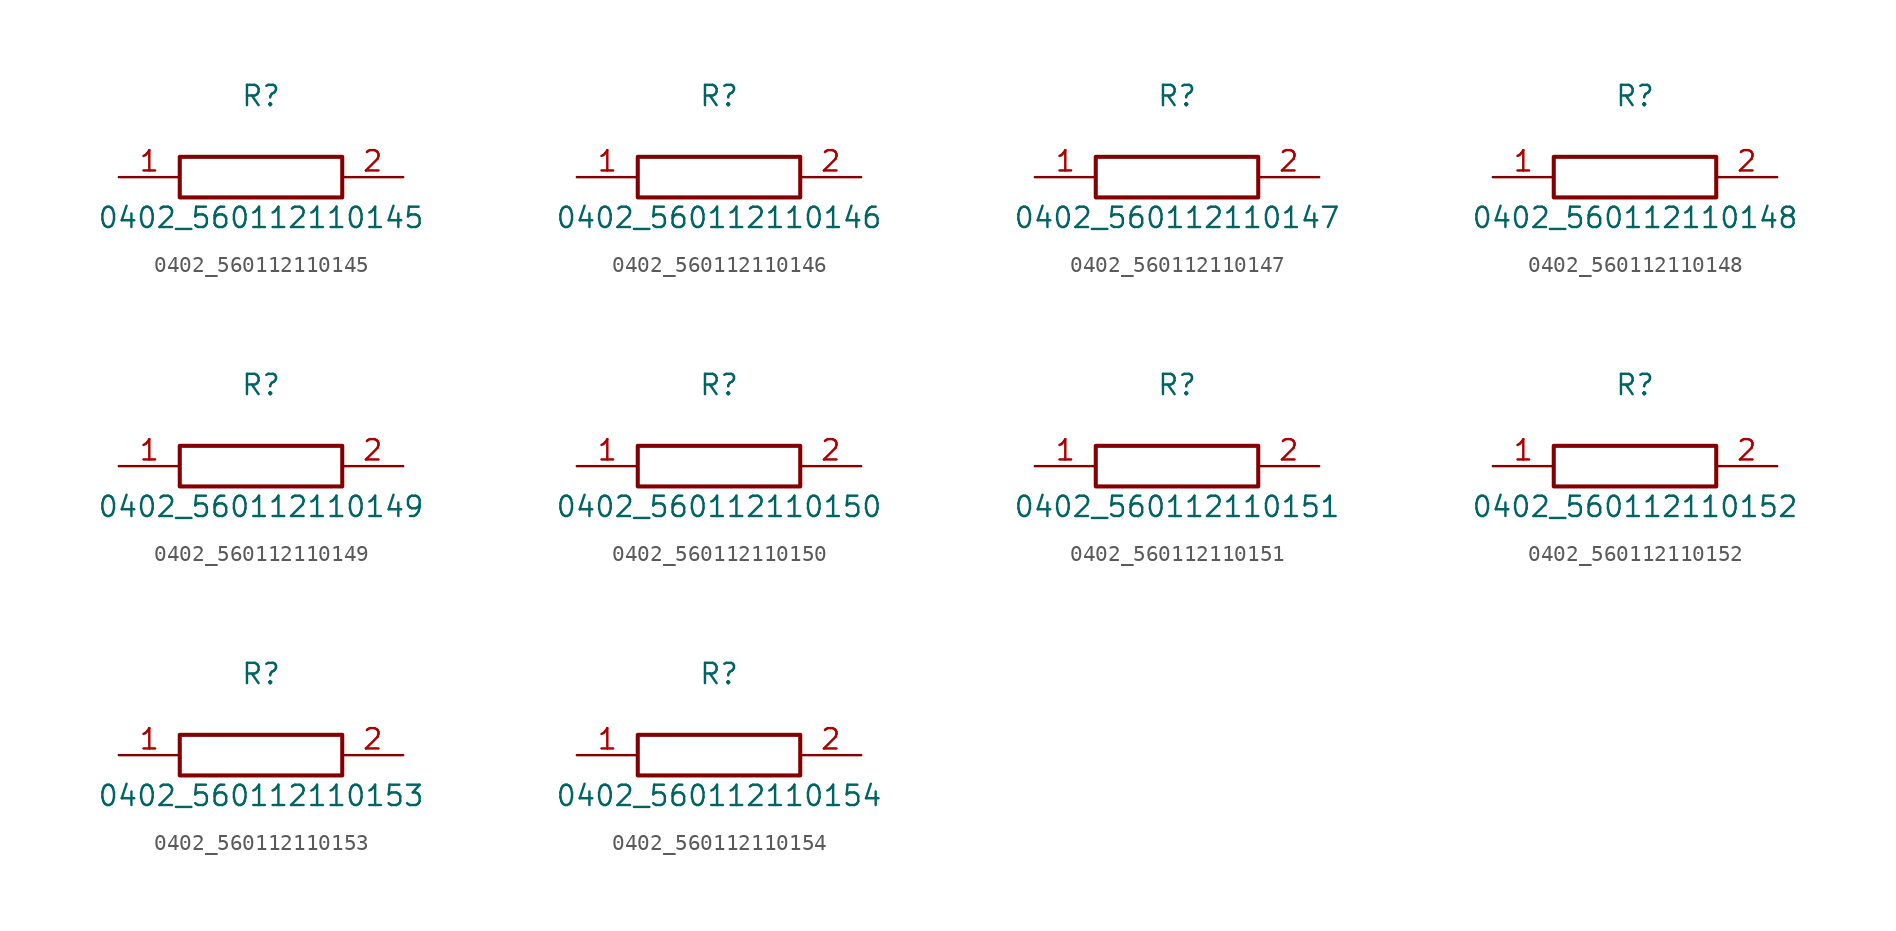
<source format=kicad_sym>
(kicad_symbol_lib
  (version 20211014)
  (generator kicad_symbol_editor)
  (symbol "Resistor_Wurth_WRIS-RSKS:0402_560112110145"
    (pin_names hide)
    (property "Reference" "R"
      (at 0 5.08 0)
      (effects (font (size 1.27 1.27))))
    (property "Value" "0402_560112110145"
      (at 0 -2.54 0)
      (effects (font (size 1.27 1.27))))
    (symbol "0402_560112110145_0_1"
      (rectangle (start -5.08 1.27) (end 5.08 -1.27) (stroke (width 0.254) (type solid)) (fill (type none)))
      (pin passive line (at -8.89 0 0) (length 3.81) (name "1" (effects (font (size 1.27 1.27)))) (number "1" (effects (font (size 1.27 1.27)))))
      (pin passive line (at 8.89 0 180) (length 3.81) (name "2" (effects (font (size 1.27 1.27)))) (number "2" (effects (font (size 1.27 1.27)))))))
  (symbol "Resistor_Wurth_WRIS-RSKS:0402_560112110146"
    (pin_names hide)
    (property "Reference" "R"
      (at 0 5.08 0)
      (effects (font (size 1.27 1.27))))
    (property "Value" "0402_560112110146"
      (at 0 -2.54 0)
      (effects (font (size 1.27 1.27))))
    (symbol "0402_560112110146_0_1"
      (rectangle (start -5.08 1.27) (end 5.08 -1.27) (stroke (width 0.254) (type solid)) (fill (type none)))
      (pin passive line (at -8.89 0 0) (length 3.81) (name "1" (effects (font (size 1.27 1.27)))) (number "1" (effects (font (size 1.27 1.27)))))
      (pin passive line (at 8.89 0 180) (length 3.81) (name "2" (effects (font (size 1.27 1.27)))) (number "2" (effects (font (size 1.27 1.27)))))))
  (symbol "Resistor_Wurth_WRIS-RSKS:0402_560112110147"
    (pin_names hide)
    (property "Reference" "R"
      (at 0 5.08 0)
      (effects (font (size 1.27 1.27))))
    (property "Value" "0402_560112110147"
      (at 0 -2.54 0)
      (effects (font (size 1.27 1.27))))
    (symbol "0402_560112110147_0_1"
      (rectangle (start -5.08 1.27) (end 5.08 -1.27) (stroke (width 0.254) (type solid)) (fill (type none)))
      (pin passive line (at -8.89 0 0) (length 3.81) (name "1" (effects (font (size 1.27 1.27)))) (number "1" (effects (font (size 1.27 1.27)))))
      (pin passive line (at 8.89 0 180) (length 3.81) (name "2" (effects (font (size 1.27 1.27)))) (number "2" (effects (font (size 1.27 1.27)))))))
  (symbol "Resistor_Wurth_WRIS-RSKS:0402_560112110148"
    (pin_names hide)
    (property "Reference" "R"
      (at 0 5.08 0)
      (effects (font (size 1.27 1.27))))
    (property "Value" "0402_560112110148"
      (at 0 -2.54 0)
      (effects (font (size 1.27 1.27))))
    (symbol "0402_560112110148_0_1"
      (rectangle (start -5.08 1.27) (end 5.08 -1.27) (stroke (width 0.254) (type solid)) (fill (type none)))
      (pin passive line (at -8.89 0 0) (length 3.81) (name "1" (effects (font (size 1.27 1.27)))) (number "1" (effects (font (size 1.27 1.27)))))
      (pin passive line (at 8.89 0 180) (length 3.81) (name "2" (effects (font (size 1.27 1.27)))) (number "2" (effects (font (size 1.27 1.27)))))))
  (symbol "Resistor_Wurth_WRIS-RSKS:0402_560112110149"
    (pin_names hide)
    (property "Reference" "R"
      (at 0 5.08 0)
      (effects (font (size 1.27 1.27))))
    (property "Value" "0402_560112110149"
      (at 0 -2.54 0)
      (effects (font (size 1.27 1.27))))
    (symbol "0402_560112110149_0_1"
      (rectangle (start -5.08 1.27) (end 5.08 -1.27) (stroke (width 0.254) (type solid)) (fill (type none)))
      (pin passive line (at -8.89 0 0) (length 3.81) (name "1" (effects (font (size 1.27 1.27)))) (number "1" (effects (font (size 1.27 1.27)))))
      (pin passive line (at 8.89 0 180) (length 3.81) (name "2" (effects (font (size 1.27 1.27)))) (number "2" (effects (font (size 1.27 1.27)))))))
  (symbol "Resistor_Wurth_WRIS-RSKS:0402_560112110150"
    (pin_names hide)
    (property "Reference" "R"
      (at 0 5.08 0)
      (effects (font (size 1.27 1.27))))
    (property "Value" "0402_560112110150"
      (at 0 -2.54 0)
      (effects (font (size 1.27 1.27))))
    (symbol "0402_560112110150_0_1"
      (rectangle (start -5.08 1.27) (end 5.08 -1.27) (stroke (width 0.254) (type solid)) (fill (type none)))
      (pin passive line (at -8.89 0 0) (length 3.81) (name "1" (effects (font (size 1.27 1.27)))) (number "1" (effects (font (size 1.27 1.27)))))
      (pin passive line (at 8.89 0 180) (length 3.81) (name "2" (effects (font (size 1.27 1.27)))) (number "2" (effects (font (size 1.27 1.27)))))))
  (symbol "Resistor_Wurth_WRIS-RSKS:0402_560112110151"
    (pin_names hide)
    (property "Reference" "R"
      (at 0 5.08 0)
      (effects (font (size 1.27 1.27))))
    (property "Value" "0402_560112110151"
      (at 0 -2.54 0)
      (effects (font (size 1.27 1.27))))
    (symbol "0402_560112110151_0_1"
      (rectangle (start -5.08 1.27) (end 5.08 -1.27) (stroke (width 0.254) (type solid)) (fill (type none)))
      (pin passive line (at -8.89 0 0) (length 3.81) (name "1" (effects (font (size 1.27 1.27)))) (number "1" (effects (font (size 1.27 1.27)))))
      (pin passive line (at 8.89 0 180) (length 3.81) (name "2" (effects (font (size 1.27 1.27)))) (number "2" (effects (font (size 1.27 1.27)))))))
  (symbol "Resistor_Wurth_WRIS-RSKS:0402_560112110152"
    (pin_names hide)
    (property "Reference" "R"
      (at 0 5.08 0)
      (effects (font (size 1.27 1.27))))
    (property "Value" "0402_560112110152"
      (at 0 -2.54 0)
      (effects (font (size 1.27 1.27))))
    (symbol "0402_560112110152_0_1"
      (rectangle (start -5.08 1.27) (end 5.08 -1.27) (stroke (width 0.254) (type solid)) (fill (type none)))
      (pin passive line (at -8.89 0 0) (length 3.81) (name "1" (effects (font (size 1.27 1.27)))) (number "1" (effects (font (size 1.27 1.27)))))
      (pin passive line (at 8.89 0 180) (length 3.81) (name "2" (effects (font (size 1.27 1.27)))) (number "2" (effects (font (size 1.27 1.27)))))))
  (symbol "Resistor_Wurth_WRIS-RSKS:0402_560112110153"
    (pin_names hide)
    (property "Reference" "R"
      (at 0 5.08 0)
      (effects (font (size 1.27 1.27))))
    (property "Value" "0402_560112110153"
      (at 0 -2.54 0)
      (effects (font (size 1.27 1.27))))
    (symbol "0402_560112110153_0_1"
      (rectangle (start -5.08 1.27) (end 5.08 -1.27) (stroke (width 0.254) (type solid)) (fill (type none)))
      (pin passive line (at -8.89 0 0) (length 3.81) (name "1" (effects (font (size 1.27 1.27)))) (number "1" (effects (font (size 1.27 1.27)))))
      (pin passive line (at 8.89 0 180) (length 3.81) (name "2" (effects (font (size 1.27 1.27)))) (number "2" (effects (font (size 1.27 1.27)))))))
  (symbol "Resistor_Wurth_WRIS-RSKS:0402_560112110154"
    (pin_names hide)
    (property "Reference" "R"
      (at 0 5.08 0)
      (effects (font (size 1.27 1.27))))
    (property "Value" "0402_560112110154"
      (at 0 -2.54 0)
      (effects (font (size 1.27 1.27))))
    (symbol "0402_560112110154_0_1"
      (rectangle (start -5.08 1.27) (end 5.08 -1.27) (stroke (width 0.254) (type solid)) (fill (type none)))
      (pin passive line (at -8.89 0 0) (length 3.81) (name "1" (effects (font (size 1.27 1.27)))) (number "1" (effects (font (size 1.27 1.27)))))
      (pin passive line (at 8.89 0 180) (length 3.81) (name "2" (effects (font (size 1.27 1.27)))) (number "2" (effects (font (size 1.27 1.27))))))))
</source>
